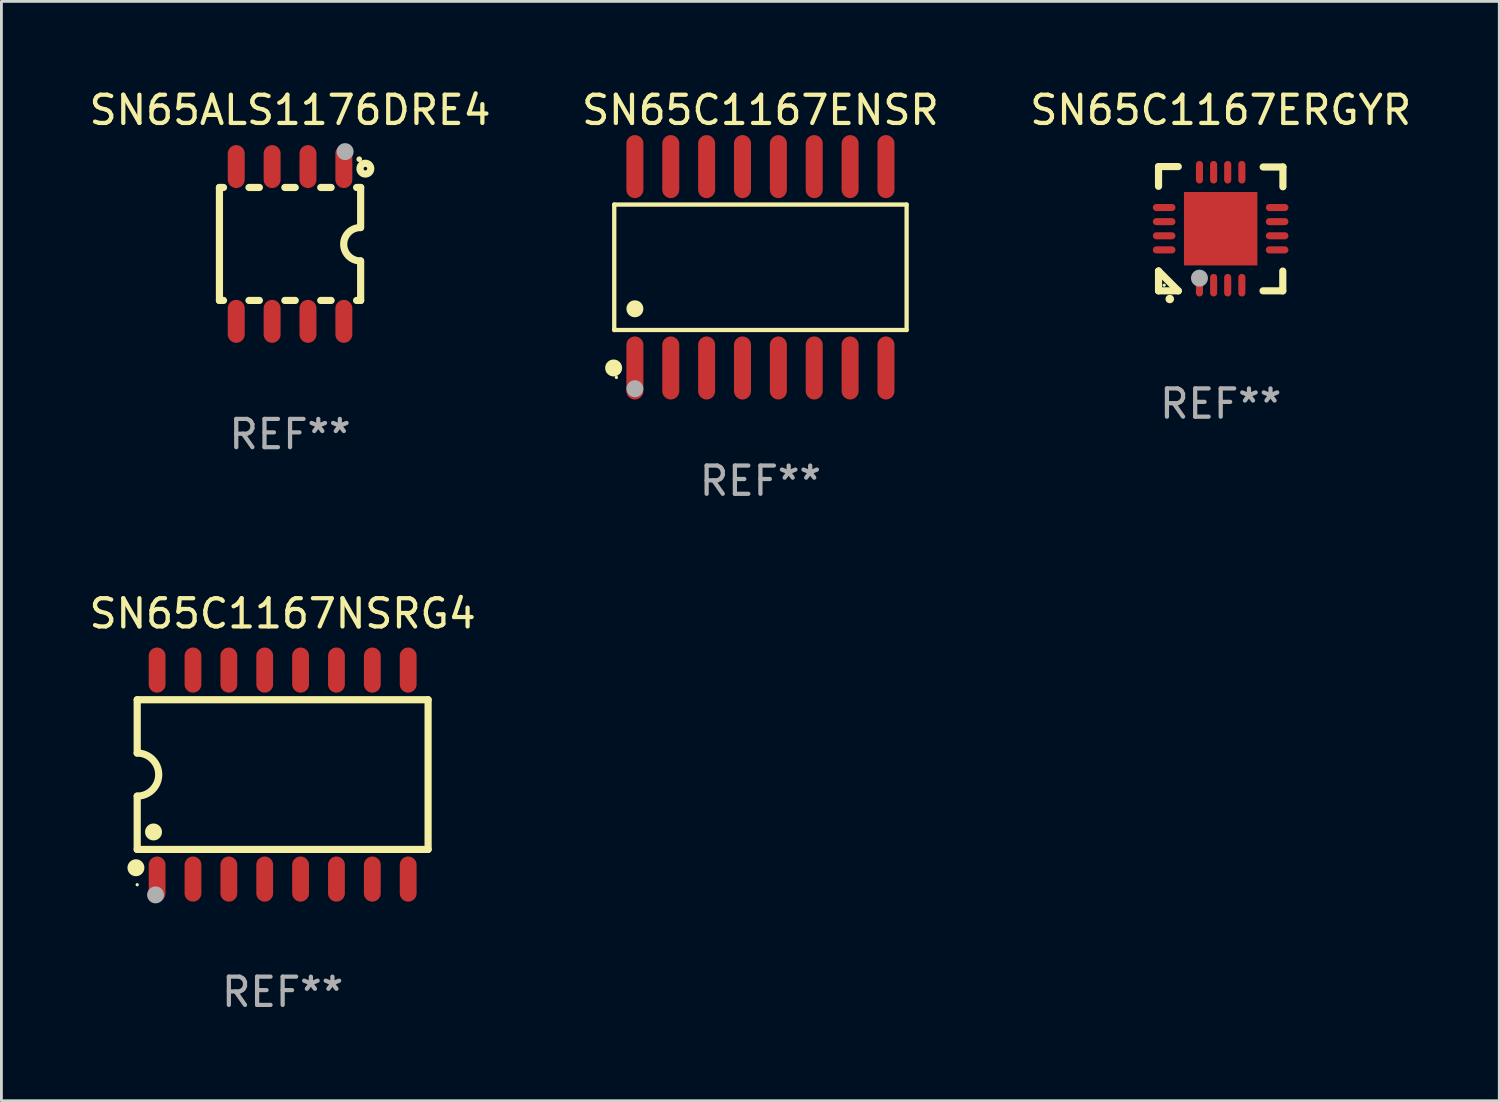
<source format=kicad_pcb>
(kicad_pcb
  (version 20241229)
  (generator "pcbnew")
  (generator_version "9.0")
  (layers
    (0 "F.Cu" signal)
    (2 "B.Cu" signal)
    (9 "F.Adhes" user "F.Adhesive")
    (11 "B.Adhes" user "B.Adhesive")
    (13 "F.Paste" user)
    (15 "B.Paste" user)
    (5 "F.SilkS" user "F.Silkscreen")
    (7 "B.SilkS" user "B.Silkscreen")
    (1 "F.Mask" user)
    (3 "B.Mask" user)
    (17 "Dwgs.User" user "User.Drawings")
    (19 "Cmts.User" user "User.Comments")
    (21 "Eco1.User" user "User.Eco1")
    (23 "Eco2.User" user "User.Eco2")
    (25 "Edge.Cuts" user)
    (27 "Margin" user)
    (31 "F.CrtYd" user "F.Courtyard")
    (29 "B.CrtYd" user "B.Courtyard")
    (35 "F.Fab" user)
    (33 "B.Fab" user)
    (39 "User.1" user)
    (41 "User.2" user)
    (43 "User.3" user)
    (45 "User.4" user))
  (footprint "SN65ALS1176DRE4"
    (layer "F.Cu")
    (at 7.22 5.588)
    (property "Reference" "SN65ALS1176DRE4" (at 0 -4.74 0) (layer "F.SilkS") (effects (font (size 1 1) (thickness 0.15))))
    (attr through_hole)
    (fp_line (start -2.5 2) (end -2.5 -2) (stroke (width 0.254) (type solid)) (layer "F.SilkS"))
    (fp_line (start -2.356 -2) (end -2.5 -2) (stroke (width 0.254) (type solid)) (layer "F.SilkS"))
    (fp_line (start -2.356 2) (end -2.5 2) (stroke (width 0.254) (type solid)) (layer "F.SilkS"))
    (fp_line (start -1.086 -2) (end -1.454 -2) (stroke (width 0.254) (type solid)) (layer "F.SilkS"))
    (fp_line (start -1.086 2) (end -1.454 2) (stroke (width 0.254) (type solid)) (layer "F.SilkS"))
    (fp_line (start 0.184 -2) (end -0.184 -2) (stroke (width 0.254) (type solid)) (layer "F.SilkS"))
    (fp_line (start 0.184 2) (end -0.184 2) (stroke (width 0.254) (type solid)) (layer "F.SilkS"))
    (fp_line (start 1.454 -2) (end 1.086 -2) (stroke (width 0.254) (type solid)) (layer "F.SilkS"))
    (fp_line (start 1.454 2) (end 1.086 2) (stroke (width 0.254) (type solid)) (layer "F.SilkS"))
    (fp_line (start 2.5 -2) (end 2.356 -2) (stroke (width 0.254) (type solid)) (layer "F.SilkS"))
    (fp_line (start 2.5 -0.58) (end 2.5 -2) (stroke (width 0.254) (type solid)) (layer "F.SilkS"))
    (fp_line (start 2.5 2) (end 2.356 2) (stroke (width 0.254) (type solid)) (layer "F.SilkS"))
    (fp_line (start 2.5 2) (end 2.5 0.6) (stroke (width 0.254) (type solid)) (layer "F.SilkS"))
    (fp_arc (start 2.489992 0.600051) (mid 1.901674 0.010046) (end 2.489992 -0.579959) (stroke (width 0.254001) (type solid)) (layer "F.SilkS"))
    (fp_circle (center 2.45 -3) (end 2.5 -3) (stroke (width 0.1) (type solid)) (fill no) (layer "F.SilkS"))
    (fp_circle (center 2.667 -2.667) (end 2.858 -2.667) (stroke (width 0.254) (type solid)) (fill no) (layer "F.SilkS"))
    (fp_circle (center 1.95 -3.27) (end 2.1 -3.27) (stroke (width 0.3) (type solid)) (fill no) (layer "F.Fab"))
    (fp_text user "REF**" (at 0 6.74 0) (layer "F.Fab") (effects (font (size 1 1) (thickness 0.15))))
    (pad "1" smd oval (at 1.905 -2.74) (size 0.6 1.52) (layers "F.Cu" "F.Mask" "F.Paste"))
    (pad "2" smd oval (at 0.635 -2.74) (size 0.6 1.52) (layers "F.Cu" "F.Mask" "F.Paste"))
    (pad "3" smd oval (at -0.635 -2.74) (size 0.6 1.52) (layers "F.Cu" "F.Mask" "F.Paste"))
    (pad "4" smd oval (at -1.905 -2.74) (size 0.6 1.52) (layers "F.Cu" "F.Mask" "F.Paste"))
    (pad "5" smd oval (at -1.905 2.74) (size 0.6 1.52) (layers "F.Cu" "F.Mask" "F.Paste"))
    (pad "6" smd oval (at -0.635 2.74) (size 0.6 1.52) (layers "F.Cu" "F.Mask" "F.Paste"))
    (pad "7" smd oval (at 0.635 2.74) (size 0.6 1.52) (layers "F.Cu" "F.Mask" "F.Paste"))
    (pad "8" smd oval (at 1.905 2.74) (size 0.6 1.52) (layers "F.Cu" "F.Mask" "F.Paste")))
  (footprint "SN65C1167NSRG4"
    (layer "F.Cu")
    (at 6.958 24.376)
    (property "Reference" "SN65C1167NSRG4" (at 0 -5.7 0) (layer "F.SilkS") (effects (font (size 1 1) (thickness 0.15))))
    (attr through_hole)
    (fp_line (start -5.15 -2.65) (end -5.15 -0.762) (stroke (width 0.254) (type solid)) (layer "F.SilkS"))
    (fp_line (start -5.15 -2.65) (end 5.15 -2.65) (stroke (width 0.254) (type solid)) (layer "F.SilkS"))
    (fp_line (start -5.15 2.65) (end -5.15 0.762) (stroke (width 0.254) (type solid)) (layer "F.SilkS"))
    (fp_line (start 5.15 -2.65) (end 5.15 2.65) (stroke (width 0.254) (type solid)) (layer "F.SilkS"))
    (fp_line (start 5.15 2.65) (end -5.15 2.65) (stroke (width 0.254) (type solid)) (layer "F.SilkS"))
    (fp_arc (start -5.151131 -0.762003) (mid -4.389128 -0.000559) (end -5.150013 0.762002) (stroke (width 0.254001) (type solid)) (layer "F.SilkS"))
    (fp_circle (center -5.195 3.299) (end -5.045 3.299) (stroke (width 0.3) (type solid)) (fill no) (layer "F.SilkS"))
    (fp_circle (center -5.15 3.9) (end -5.12 3.9) (stroke (width 0.06) (type solid)) (fill no) (layer "F.SilkS"))
    (fp_circle (center -4.572 2.032) (end -4.422 2.032) (stroke (width 0.3) (type solid)) (fill no) (layer "F.SilkS"))
    (fp_circle (center -4.5 4.26) (end -4.35 4.26) (stroke (width 0.3) (type solid)) (fill no) (layer "F.Fab"))
    (fp_text user "REF**" (at 0 7.7 0) (layer "F.Fab") (effects (font (size 1 1) (thickness 0.15))))
    (pad "1" smd oval (at -4.445 3.7) (size 0.595 1.598) (layers "F.Cu" "F.Mask" "F.Paste"))
    (pad "2" smd oval (at -3.175 3.7) (size 0.595 1.598) (layers "F.Cu" "F.Mask" "F.Paste"))
    (pad "3" smd oval (at -1.905 3.7) (size 0.595 1.598) (layers "F.Cu" "F.Mask" "F.Paste"))
    (pad "4" smd oval (at -0.635 3.7) (size 0.595 1.598) (layers "F.Cu" "F.Mask" "F.Paste"))
    (pad "5" smd oval (at 0.635 3.7) (size 0.595 1.598) (layers "F.Cu" "F.Mask" "F.Paste"))
    (pad "6" smd oval (at 1.905 3.7) (size 0.595 1.598) (layers "F.Cu" "F.Mask" "F.Paste"))
    (pad "7" smd oval (at 3.175 3.7) (size 0.595 1.598) (layers "F.Cu" "F.Mask" "F.Paste"))
    (pad "8" smd oval (at 4.445 3.7) (size 0.595 1.598) (layers "F.Cu" "F.Mask" "F.Paste"))
    (pad "9" smd oval (at 4.445 -3.7) (size 0.595 1.598) (layers "F.Cu" "F.Mask" "F.Paste"))
    (pad "10" smd oval (at 3.175 -3.7) (size 0.595 1.598) (layers "F.Cu" "F.Mask" "F.Paste"))
    (pad "11" smd oval (at 1.905 -3.7) (size 0.595 1.598) (layers "F.Cu" "F.Mask" "F.Paste"))
    (pad "12" smd oval (at 0.635 -3.7) (size 0.595 1.598) (layers "F.Cu" "F.Mask" "F.Paste"))
    (pad "13" smd oval (at -0.635 -3.7) (size 0.595 1.598) (layers "F.Cu" "F.Mask" "F.Paste"))
    (pad "14" smd oval (at -1.905 -3.7) (size 0.595 1.598) (layers "F.Cu" "F.Mask" "F.Paste"))
    (pad "15" smd oval (at -3.175 -3.7) (size 0.595 1.598) (layers "F.Cu" "F.Mask" "F.Paste"))
    (pad "16" smd oval (at -4.445 -3.7) (size 0.595 1.598) (layers "F.Cu" "F.Mask" "F.Paste")))
  (footprint "SN65C1167ERGYR"
    (layer "F.Cu")
    (at 40.173 5.048)
    (property "Reference" "SN65C1167ERGYR" (at 0 -4.2 0) (layer "F.SilkS") (effects (font (size 1 1) (thickness 0.15))))
    (attr through_hole)
    (fp_line (start -2.202 -2.2) (end -2.202 -1.5) (stroke (width 0.254) (type solid)) (layer "F.SilkS"))
    (fp_line (start -2.202 1.5) (end -2.202 1.5) (stroke (width 0.254) (type solid)) (layer "F.SilkS"))
    (fp_line (start -2.202 1.5) (end -1.503 2.2) (stroke (width 0.254) (type solid)) (layer "F.SilkS"))
    (fp_line (start -2.202 2.2) (end -2.202 1.5) (stroke (width 0.254) (type solid)) (layer "F.SilkS"))
    (fp_line (start -1.503 -2.2) (end -2.202 -2.2) (stroke (width 0.254) (type solid)) (layer "F.SilkS"))
    (fp_line (start -1.503 2.2) (end -2.202 2.2) (stroke (width 0.254) (type solid)) (layer "F.SilkS"))
    (fp_line (start 1.498 2.2) (end 2.197 2.2) (stroke (width 0.254) (type solid)) (layer "F.SilkS"))
    (fp_line (start 2.197 2.2) (end 2.197 1.5) (stroke (width 0.254) (type solid)) (layer "F.SilkS"))
    (fp_line (start 2.202 -2.185) (end 1.503 -2.185) (stroke (width 0.254) (type solid)) (layer "F.SilkS"))
    (fp_line (start 2.202 -1.485) (end 2.202 -2.185) (stroke (width 0.254) (type solid)) (layer "F.SilkS"))
    (fp_arc (start -1.805944 2.489205) (mid -1.804674 2.4892) (end -1.803404 2.489205) (stroke (width 0.3) (type solid)) (layer "F.SilkS"))
    (fp_circle (center -2.003 2) (end -1.973 2) (stroke (width 0.06) (type solid)) (fill no) (layer "F.SilkS"))
    (fp_circle (center -0.753 1.75) (end -0.603 1.75) (stroke (width 0.3) (type solid)) (fill no) (layer "F.Fab"))
    (fp_text user "REF**" (at 0 6.2 0) (layer "F.Fab") (effects (font (size 1 1) (thickness 0.15))))
    (pad "1" smd oval (at -0.753 2) (size 0.25 0.8) (layers "F.Cu" "F.Mask" "F.Paste"))
    (pad "2" smd oval (at -0.252 2) (size 0.25 0.8) (layers "F.Cu" "F.Mask" "F.Paste"))
    (pad "3" smd oval (at 0.247 2) (size 0.25 0.8) (layers "F.Cu" "F.Mask" "F.Paste"))
    (pad "4" smd oval (at 0.748 2) (size 0.25 0.8) (layers "F.Cu" "F.Mask" "F.Paste"))
    (pad "5" smd oval (at 1.997 0.75 90) (size 0.25 0.8) (layers "F.Cu" "F.Mask" "F.Paste"))
    (pad "6" smd oval (at 1.997 0.25 90) (size 0.25 0.8) (layers "F.Cu" "F.Mask" "F.Paste"))
    (pad "7" smd oval (at 1.997 -0.25 90) (size 0.25 0.8) (layers "F.Cu" "F.Mask" "F.Paste"))
    (pad "8" smd oval (at 1.997 -0.75 90) (size 0.25 0.8) (layers "F.Cu" "F.Mask" "F.Paste"))
    (pad "9" smd oval (at 0.748 -2) (size 0.25 0.8) (layers "F.Cu" "F.Mask" "F.Paste"))
    (pad "10" smd oval (at 0.247 -2) (size 0.25 0.8) (layers "F.Cu" "F.Mask" "F.Paste"))
    (pad "11" smd oval (at -0.252 -2) (size 0.25 0.8) (layers "F.Cu" "F.Mask" "F.Paste"))
    (pad "12" smd oval (at -0.753 -2) (size 0.25 0.8) (layers "F.Cu" "F.Mask" "F.Paste"))
    (pad "13" smd oval (at -2.003 -0.75 90) (size 0.25 0.8) (layers "F.Cu" "F.Mask" "F.Paste"))
    (pad "14" smd oval (at -2.003 -0.25 90) (size 0.25 0.8) (layers "F.Cu" "F.Mask" "F.Paste"))
    (pad "15" smd oval (at -2.003 0.25 90) (size 0.25 0.8) (layers "F.Cu" "F.Mask" "F.Paste"))
    (pad "16" smd oval (at -2.003 0.75 90) (size 0.25 0.8) (layers "F.Cu" "F.Mask" "F.Paste"))
    (pad "17" smd rect (at -0.002 0.000025 90) (size 2.6 2.6) (layers "F.Cu" "F.Mask" "F.Paste")))
  (footprint "SN65C1167ENSR"
    (layer "F.Cu")
    (at 23.875 6.414)
    (property "Reference" "SN65C1167ENSR" (at 0 -5.565 0) (layer "F.SilkS") (effects (font (size 1 1) (thickness 0.15))))
    (attr through_hole)
    (fp_line (start -5.176 -2.221) (end 5.176 -2.221) (stroke (width 0.152) (type solid)) (layer "F.SilkS"))
    (fp_line (start -5.176 2.221) (end -5.176 -2.221) (stroke (width 0.152) (type solid)) (layer "F.SilkS"))
    (fp_line (start 5.176 -2.221) (end 5.176 2.221) (stroke (width 0.152) (type solid)) (layer "F.SilkS"))
    (fp_line (start 5.176 2.221) (end -5.176 2.221) (stroke (width 0.152) (type solid)) (layer "F.SilkS"))
    (fp_circle (center -5.198 3.565) (end -5.048 3.565) (stroke (width 0.3) (type solid)) (fill no) (layer "F.SilkS"))
    (fp_circle (center -5.1 3.9) (end -5.07 3.9) (stroke (width 0.06) (type solid)) (fill no) (layer "F.SilkS"))
    (fp_circle (center -4.445 1.469) (end -4.295 1.469) (stroke (width 0.3) (type solid)) (fill no) (layer "F.SilkS"))
    (fp_circle (center -4.445 4.3) (end -4.295 4.3) (stroke (width 0.3) (type solid)) (fill no) (layer "F.Fab"))
    (fp_text user "REF**" (at 0 7.565 0) (layer "F.Fab") (effects (font (size 1 1) (thickness 0.15))))
    (pad "1" smd oval (at -4.445 3.565) (size 0.602 2.231) (layers "F.Cu" "F.Mask" "F.Paste"))
    (pad "2" smd oval (at -3.175 3.565) (size 0.602 2.231) (layers "F.Cu" "F.Mask" "F.Paste"))
    (pad "3" smd oval (at -1.905 3.565) (size 0.602 2.231) (layers "F.Cu" "F.Mask" "F.Paste"))
    (pad "4" smd oval (at -0.635 3.565) (size 0.602 2.231) (layers "F.Cu" "F.Mask" "F.Paste"))
    (pad "5" smd oval (at 0.635 3.565) (size 0.602 2.231) (layers "F.Cu" "F.Mask" "F.Paste"))
    (pad "6" smd oval (at 1.905 3.565) (size 0.602 2.231) (layers "F.Cu" "F.Mask" "F.Paste"))
    (pad "7" smd oval (at 3.175 3.565) (size 0.602 2.231) (layers "F.Cu" "F.Mask" "F.Paste"))
    (pad "8" smd oval (at 4.445 3.565) (size 0.602 2.231) (layers "F.Cu" "F.Mask" "F.Paste"))
    (pad "9" smd oval (at 4.445 -3.565) (size 0.602 2.231) (layers "F.Cu" "F.Mask" "F.Paste"))
    (pad "10" smd oval (at 3.175 -3.565) (size 0.602 2.231) (layers "F.Cu" "F.Mask" "F.Paste"))
    (pad "11" smd oval (at 1.905 -3.565) (size 0.602 2.231) (layers "F.Cu" "F.Mask" "F.Paste"))
    (pad "12" smd oval (at 0.635 -3.565) (size 0.602 2.231) (layers "F.Cu" "F.Mask" "F.Paste"))
    (pad "13" smd oval (at -0.635 -3.565) (size 0.602 2.231) (layers "F.Cu" "F.Mask" "F.Paste"))
    (pad "14" smd oval (at -1.905 -3.565) (size 0.602 2.231) (layers "F.Cu" "F.Mask" "F.Paste"))
    (pad "15" smd oval (at -3.175 -3.565) (size 0.602 2.231) (layers "F.Cu" "F.Mask" "F.Paste"))
    (pad "16" smd oval (at -4.445 -3.565) (size 0.602 2.231) (layers "F.Cu" "F.Mask" "F.Paste")))
  (gr_rect
    (start -3 -3)
    (end 50.036 35.924)
    (stroke (width 0.1) (type default))
    (fill no)
    (layer "Edge.Cuts")))
</source>
